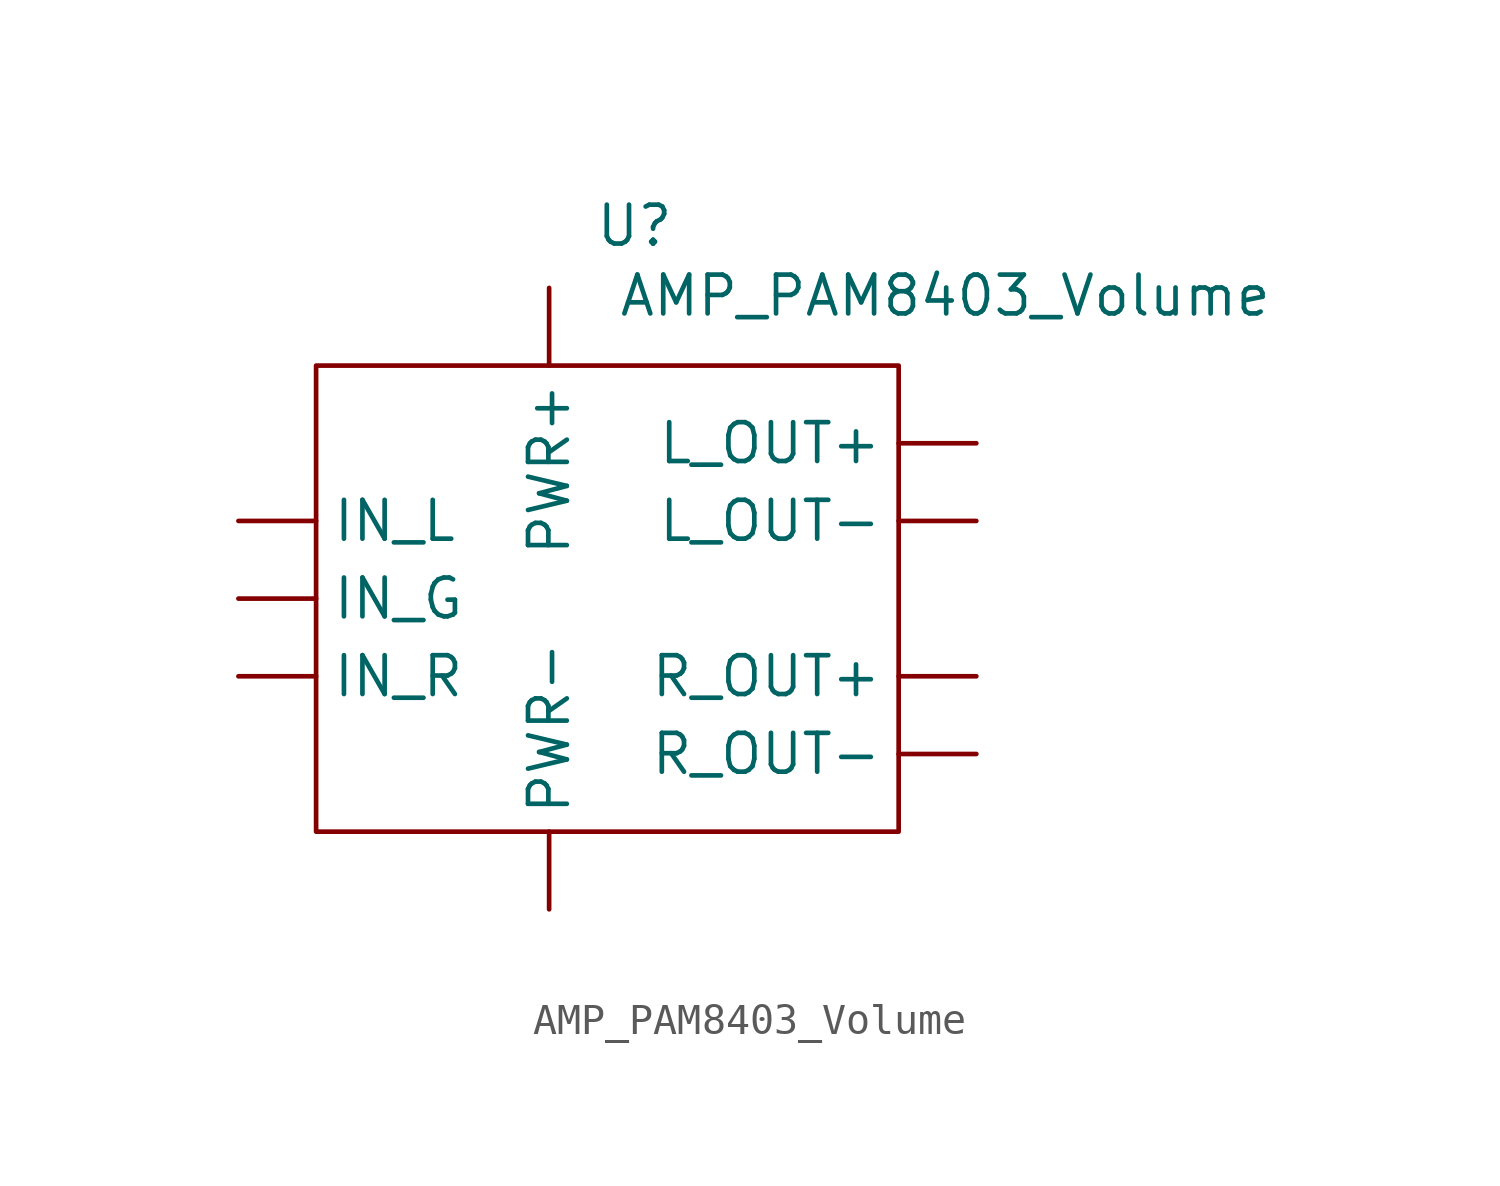
<source format=kicad_sym>
(kicad_symbol_lib
  (version 20231120)
  (generator "kicad_symbol_editor")
  (generator_version "8.0")
  (symbol "AMP_PAM8403_Volume"
    (property "Reference" "U"
      (at 0.254 12.192 0)
      (effects (font (size 1.27 1.27))))
    (property "Value" "AMP_PAM8403_Volume"
      (at 10.414 9.906 0)
      (effects (font (size 1.27 1.27))))
    (symbol "AMP_PAM8403_Volume_0_1"
      (rectangle (start -10.16 7.62) (end 8.89 -7.62) (stroke (width 0) (type default)) (fill (type none))))
    (symbol "AMP_PAM8403_Volume_1_1"
      (pin input line (at -12.7 0 0) (length 2.54) (name "IN_G" (effects (font (size 1.27 1.27)))) (number "" (effects (font (size 1.27 1.27)))))
      (pin input line (at -12.7 2.54 0) (length 2.54) (name "IN_L" (effects (font (size 1.27 1.27)))) (number "" (effects (font (size 1.27 1.27)))))
      (pin input line (at -12.7 -2.54 0) (length 2.54) (name "IN_R" (effects (font (size 1.27 1.27)))) (number "" (effects (font (size 1.27 1.27)))))
      (pin output line (at 11.43 5.08 180) (length 2.54) (name "L_OUT+" (effects (font (size 1.27 1.27)))) (number "" (effects (font (size 1.27 1.27)))))
      (pin output line (at 11.43 2.54 180) (length 2.54) (name "L_OUT-" (effects (font (size 1.27 1.27)))) (number "" (effects (font (size 1.27 1.27)))))
      (pin input line (at -2.54 10.16 270) (length 2.54) (name "PWR+" (effects (font (size 1.27 1.27)))) (number "" (effects (font (size 1.27 1.27)))))
      (pin power_in line (at -2.54 -10.16 90) (length 2.54) (name "PWR-" (effects (font (size 1.27 1.27)))) (number "" (effects (font (size 1.27 1.27)))))
      (pin output line (at 11.43 -2.54 180) (length 2.54) (name "R_OUT+" (effects (font (size 1.27 1.27)))) (number "" (effects (font (size 1.27 1.27)))))
      (pin output line (at 11.43 -5.08 180) (length 2.54) (name "R_OUT-" (effects (font (size 1.27 1.27)))) (number "" (effects (font (size 1.27 1.27))))))))
</source>
